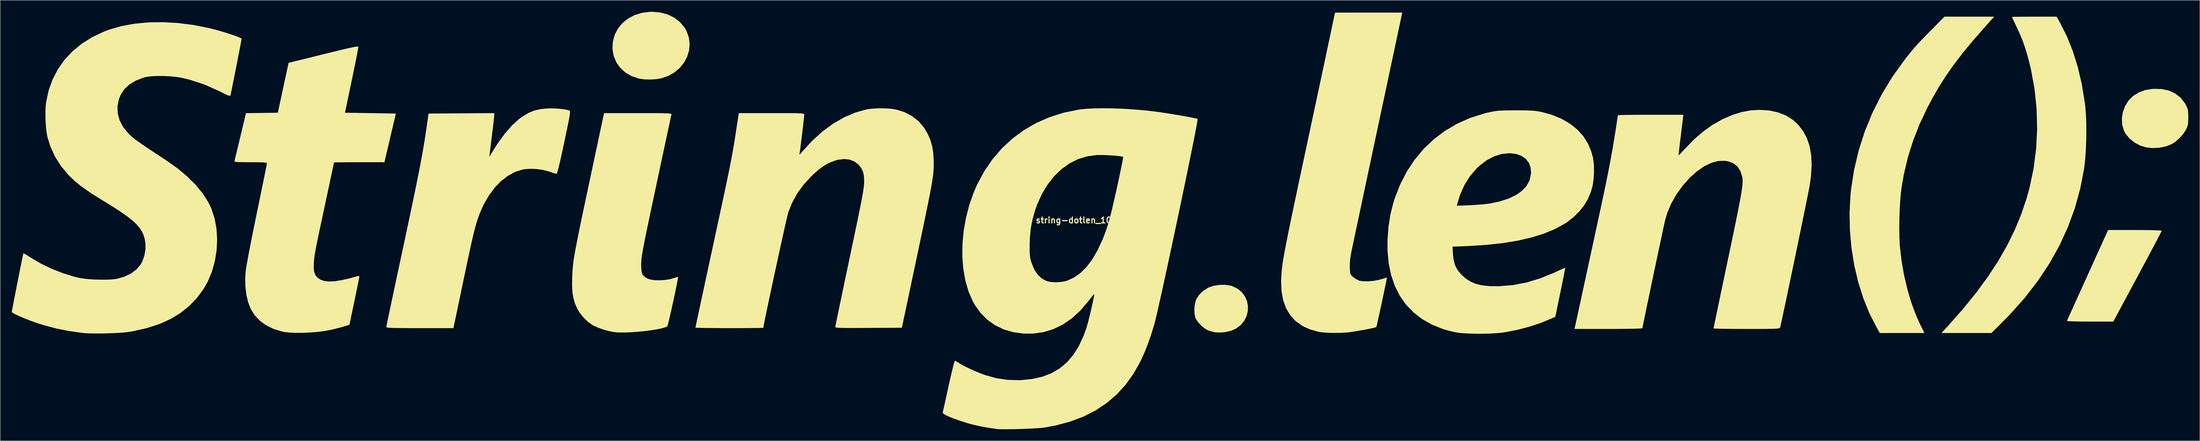
<source format=kicad_pcb>
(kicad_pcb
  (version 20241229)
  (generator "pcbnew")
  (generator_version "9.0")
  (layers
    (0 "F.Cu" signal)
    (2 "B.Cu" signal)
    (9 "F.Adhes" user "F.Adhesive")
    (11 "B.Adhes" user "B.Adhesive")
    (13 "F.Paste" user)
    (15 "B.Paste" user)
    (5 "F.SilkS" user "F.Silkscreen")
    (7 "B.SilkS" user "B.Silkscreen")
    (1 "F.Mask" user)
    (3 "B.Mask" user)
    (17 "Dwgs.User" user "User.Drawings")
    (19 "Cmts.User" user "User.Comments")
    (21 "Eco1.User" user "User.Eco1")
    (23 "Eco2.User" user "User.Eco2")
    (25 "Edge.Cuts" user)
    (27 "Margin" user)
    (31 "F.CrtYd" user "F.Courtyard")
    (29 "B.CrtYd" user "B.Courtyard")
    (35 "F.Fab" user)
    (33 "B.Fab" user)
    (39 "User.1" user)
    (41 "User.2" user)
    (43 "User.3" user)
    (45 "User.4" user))
  (footprint "string-dotlen_108.2mm_high"
    (layer "F.Cu")
    (at 281.731 53.98)
    (property "Reference" "string-dotlen_108.2mm_high" (at 0 0 0) (layer "F.SilkS") (effects (font (size 1.524 1.524) (thickness 0.3))))
    (attr through_hole)
    (fp_poly (pts (xy -113.899 -53.798) (xy -111.976 -53.284) (xy -110.262 -52.452) (xy -108.798 -51.326) (xy -107.621 -49.927) (xy -107.085 -48.996) (xy -106.484 -47.329) (xy -106.274 -45.63) (xy -106.43 -43.946) (xy -106.926 -42.322) (xy -107.739 -40.806) (xy -108.843 -39.443) (xy -110.212 -38.28) (xy -111.823 -37.364) (xy -113.649 -36.741) (xy -113.685 -36.733) (xy -114.993 -36.523) (xy -116.487 -36.441) (xy -117.982 -36.485) (xy -119.295 -36.658) (xy -119.521 -36.708) (xy -121.356 -37.346) (xy -122.944 -38.289) (xy -124.255 -39.496) (xy -125.261 -40.926) (xy -125.934 -42.538) (xy -126.245 -44.292) (xy -126.167 -46.148) (xy -126.159 -46.198) (xy -125.675 -48.009) (xy -124.835 -49.633) (xy -123.676 -51.041) (xy -122.234 -52.206) (xy -120.545 -53.1) (xy -118.645 -53.694) (xy -116.571 -53.962) (xy -115.993 -53.975) (xy -113.899 -53.798)) (stroke (width 0.01) (type solid)) (fill yes) (layer "F.SilkS"))
    (fp_poly (pts (xy 33.57 16.898) (xy 34.041 17.027) (xy 35.469 17.692) (xy 36.601 18.603) (xy 37.437 19.705) (xy 37.979 20.942) (xy 38.228 22.258) (xy 38.183 23.598) (xy 37.847 24.907) (xy 37.22 26.128) (xy 36.302 27.206) (xy 35.094 28.086) (xy 33.867 28.629) (xy 32.558 28.944) (xy 31.147 29.086) (xy 29.847 29.035) (xy 29.633 29.003) (xy 28.828 28.816) (xy 28.039 28.565) (xy 27.892 28.507) (xy 27.052 28.022) (xy 26.177 27.301) (xy 25.389 26.464) (xy 24.808 25.631) (xy 24.645 25.288) (xy 24.422 24.315) (xy 24.364 23.131) (xy 24.464 21.911) (xy 24.712 20.831) (xy 24.873 20.433) (xy 25.621 19.307) (xy 26.678 18.291) (xy 27.928 17.492) (xy 28.12 17.399) (xy 29.348 16.993) (xy 30.775 16.768) (xy 32.238 16.732) (xy 33.57 16.898)) (stroke (width 0.01) (type solid)) (fill yes) (layer "F.SilkS"))
    (fp_poly (pts (xy 269.737 2.546) (xy 271.394 2.563) (xy 272.753 2.591) (xy 273.782 2.629) (xy 274.453 2.675) (xy 274.736 2.73) (xy 274.743 2.741) (xy 274.646 2.958) (xy 274.364 3.515) (xy 273.915 4.381) (xy 273.317 5.522) (xy 272.585 6.906) (xy 271.738 8.502) (xy 270.792 10.277) (xy 269.764 12.198) (xy 268.672 14.234) (xy 268.478 14.594) (xy 262.213 26.247) (xy 256.184 26.247) (xy 254.64 26.241) (xy 253.247 26.224) (xy 252.057 26.197) (xy 251.123 26.163) (xy 250.497 26.122) (xy 250.231 26.077) (xy 250.225 26.067) (xy 250.323 25.847) (xy 250.58 25.276) (xy 250.982 24.386) (xy 251.512 23.213) (xy 252.156 21.789) (xy 252.898 20.149) (xy 253.723 18.327) (xy 254.615 16.355) (xy 255.56 14.27) (xy 255.585 14.214) (xy 260.875 2.54) (xy 267.809 2.54) (xy 269.737 2.546)) (stroke (width 0.01) (type solid)) (fill yes) (layer "F.SilkS"))
    (fp_poly (pts (xy 274.793 -33.962) (xy 276.639 -33.554) (xy 278.256 -32.806) (xy 279.627 -31.724) (xy 280.735 -30.317) (xy 281.039 -29.785) (xy 281.32 -29.203) (xy 281.494 -28.671) (xy 281.585 -28.053) (xy 281.618 -27.216) (xy 281.621 -26.67) (xy 281.607 -25.66) (xy 281.545 -24.931) (xy 281.409 -24.344) (xy 281.175 -23.756) (xy 281.039 -23.472) (xy 280.372 -22.418) (xy 279.441 -21.35) (xy 278.38 -20.401) (xy 277.323 -19.705) (xy 277.298 -19.693) (xy 275.808 -19.121) (xy 274.107 -18.779) (xy 272.352 -18.687) (xy 270.772 -18.851) (xy 269.172 -19.344) (xy 267.692 -20.137) (xy 266.412 -21.169) (xy 265.417 -22.379) (xy 264.991 -23.165) (xy 264.534 -24.699) (xy 264.44 -26.323) (xy 264.688 -27.956) (xy 265.255 -29.515) (xy 266.117 -30.917) (xy 267.252 -32.081) (xy 267.495 -32.267) (xy 268.916 -33.128) (xy 270.44 -33.686) (xy 272.181 -33.979) (xy 272.733 -34.019) (xy 274.793 -33.962)) (stroke (width 0.01) (type solid)) (fill yes) (layer "F.SilkS"))
    (fp_poly (pts (xy 228.602 -49.614) (xy 225.768 -46.368) (xy 223.244 -43.302) (xy 220.988 -40.356) (xy 218.96 -37.472) (xy 217.116 -34.593) (xy 215.418 -31.659) (xy 214.122 -29.21) (xy 212.079 -24.876) (xy 210.4 -20.605) (xy 209.052 -16.301) (xy 208.007 -11.873) (xy 207.427 -8.572) (xy 207.215 -6.857) (xy 207.045 -4.829) (xy 206.92 -2.597) (xy 206.844 -0.271) (xy 206.819 2.042) (xy 206.848 4.232) (xy 206.934 6.19) (xy 206.995 6.995) (xy 207.432 10.67) (xy 208.084 14.344) (xy 208.929 17.933) (xy 209.945 21.353) (xy 211.11 24.519) (xy 212.194 26.934) (xy 213.318 29.21) (xy 201.794 29.21) (xy 200.918 27.675) (xy 199.068 24.044) (xy 197.488 20.13) (xy 196.186 15.983) (xy 195.172 11.655) (xy 194.456 7.197) (xy 194.048 2.66) (xy 193.956 -1.905) (xy 194.19 -6.447) (xy 194.322 -7.765) (xy 195.109 -12.945) (xy 196.307 -18.034) (xy 197.907 -23.016) (xy 199.901 -27.872) (xy 202.284 -32.585) (xy 205.047 -37.136) (xy 208.182 -41.509) (xy 208.578 -42.015) (xy 209.363 -43.002) (xy 210.045 -43.842) (xy 210.682 -44.598) (xy 211.331 -45.334) (xy 212.05 -46.113) (xy 212.896 -46.999) (xy 213.926 -48.056) (xy 215.198 -49.346) (xy 215.223 -49.371) (xy 218.518 -52.705) (xy 224.943 -52.705) (xy 231.369 -52.705) (xy 228.602 -49.614)) (stroke (width 0.01) (type solid)) (fill yes) (layer "F.SilkS"))
    (fp_poly (pts (xy 241.776 -52.704) (xy 247.544 -52.702) (xy 248.526 -50.957) (xy 250.254 -47.513) (xy 251.755 -43.741) (xy 253.019 -39.674) (xy 254.035 -35.35) (xy 254.792 -30.802) (xy 254.964 -29.422) (xy 255.125 -27.542) (xy 255.217 -25.359) (xy 255.243 -22.986) (xy 255.205 -20.535) (xy 255.105 -18.122) (xy 254.945 -15.859) (xy 254.728 -13.859) (xy 254.653 -13.334) (xy 253.655 -8.161) (xy 252.261 -3.124) (xy 250.469 1.778) (xy 248.277 6.549) (xy 245.686 11.191) (xy 242.692 15.707) (xy 239.295 20.1) (xy 235.493 24.371) (xy 233.498 26.405) (xy 230.661 29.21) (xy 217.759 29.21) (xy 219.528 27.28) (xy 223.308 22.998) (xy 226.7 18.817) (xy 229.719 14.709) (xy 232.383 10.647) (xy 234.705 6.606) (xy 236.703 2.557) (xy 238.391 -1.526) (xy 239.787 -5.669) (xy 240.548 -8.422) (xy 241.596 -13.405) (xy 242.25 -18.495) (xy 242.509 -23.647) (xy 242.374 -28.816) (xy 241.845 -33.956) (xy 240.921 -39.02) (xy 240.462 -40.935) (xy 239.876 -43.103) (xy 239.29 -44.993) (xy 238.653 -46.749) (xy 237.914 -48.513) (xy 237.162 -50.138) (xy 236.725 -51.055) (xy 236.365 -51.824) (xy 236.114 -52.37) (xy 236.01 -52.619) (xy 236.008 -52.625) (xy 236.211 -52.646) (xy 236.783 -52.665) (xy 237.669 -52.681) (xy 238.816 -52.693) (xy 240.169 -52.701) (xy 241.674 -52.704) (xy 241.776 -52.704)) (stroke (width 0.01) (type solid)) (fill yes) (layer "F.SilkS"))
    (fp_poly (pts (xy -117.498 -27.727) (xy -115.726 -27.724) (xy -114.303 -27.716) (xy -113.191 -27.702) (xy -112.354 -27.68) (xy -111.754 -27.65) (xy -111.355 -27.608) (xy -111.118 -27.554) (xy -111.007 -27.487) (xy -110.984 -27.403) (xy -110.994 -27.358) (xy -111.053 -27.1) (xy -111.194 -26.458) (xy -111.41 -25.462) (xy -111.694 -24.145) (xy -112.04 -22.535) (xy -112.441 -20.663) (xy -112.892 -18.559) (xy -113.384 -16.255) (xy -113.912 -13.781) (xy -114.47 -11.167) (xy -114.955 -8.89) (xy -115.634 -5.696) (xy -116.229 -2.887) (xy -116.746 -0.435) (xy -117.19 1.689) (xy -117.567 3.514) (xy -117.882 5.068) (xy -118.14 6.38) (xy -118.347 7.479) (xy -118.509 8.392) (xy -118.63 9.15) (xy -118.718 9.779) (xy -118.776 10.31) (xy -118.81 10.77) (xy -118.826 11.188) (xy -118.829 11.36) (xy -118.807 12.582) (xy -118.685 13.473) (xy -118.425 14.121) (xy -117.988 14.612) (xy -117.333 15.035) (xy -117.144 15.134) (xy -116.361 15.384) (xy -115.289 15.525) (xy -114.048 15.56) (xy -112.759 15.49) (xy -111.54 15.314) (xy -110.601 15.068) (xy -109.938 14.851) (xy -109.458 14.715) (xy -109.275 14.691) (xy -109.29 14.918) (xy -109.386 15.496) (xy -109.552 16.363) (xy -109.772 17.458) (xy -110.034 18.719) (xy -110.325 20.084) (xy -110.631 21.493) (xy -110.939 22.883) (xy -111.234 24.193) (xy -111.505 25.361) (xy -111.737 26.326) (xy -111.917 27.026) (xy -112.031 27.4) (xy -112.053 27.442) (xy -112.491 27.689) (xy -113.286 27.937) (xy -114.373 28.179) (xy -115.685 28.406) (xy -117.158 28.613) (xy -118.726 28.791) (xy -120.322 28.932) (xy -121.882 29.03) (xy -123.338 29.077) (xy -124.626 29.065) (xy -125.675 28.988) (xy -127.097 28.728) (xy -128.622 28.31) (xy -130.08 27.787) (xy -131.304 27.214) (xy -131.422 27.147) (xy -132.581 26.316) (xy -133.722 25.214) (xy -134.719 23.979) (xy -135.394 22.856) (xy -135.969 21.503) (xy -136.368 20.127) (xy -136.607 18.63) (xy -136.701 16.913) (xy -136.675 15.052) (xy -136.647 14.339) (xy -136.617 13.676) (xy -136.581 13.037) (xy -136.533 12.399) (xy -136.47 11.736) (xy -136.387 11.024) (xy -136.278 10.238) (xy -136.14 9.353) (xy -135.968 8.344) (xy -135.757 7.188) (xy -135.503 5.859) (xy -135.202 4.333) (xy -134.847 2.585) (xy -134.436 0.59) (xy -133.963 -1.676) (xy -133.424 -4.238) (xy -132.814 -7.121) (xy -132.128 -10.35) (xy -131.363 -13.948) (xy -130.705 -17.039) (xy -130.286 -19.006) (xy -129.891 -20.861) (xy -129.53 -22.559) (xy -129.211 -24.057) (xy -128.944 -25.311) (xy -128.738 -26.276) (xy -128.604 -26.907) (xy -128.553 -27.146) (xy -128.429 -27.728) (xy -119.657 -27.728) (xy -117.498 -27.727)) (stroke (width 0.01) (type solid)) (fill yes) (layer "F.SilkS"))
    (fp_poly (pts (xy -140.603 -28.908) (xy -139.347 -28.794) (xy -138.258 -28.629) (xy -137.454 -28.426) (xy -137.368 -28.394) (xy -137.288 -28.323) (xy -137.245 -28.159) (xy -137.245 -27.866) (xy -137.295 -27.405) (xy -137.4 -26.739) (xy -137.568 -25.831) (xy -137.804 -24.642) (xy -138.114 -23.136) (xy -138.505 -21.274) (xy -138.752 -20.108) (xy -139.216 -17.942) (xy -139.605 -16.162) (xy -139.928 -14.74) (xy -140.191 -13.648) (xy -140.402 -12.858) (xy -140.567 -12.34) (xy -140.695 -12.067) (xy -140.779 -12.005) (xy -141.11 -12.094) (xy -141.72 -12.29) (xy -142.489 -12.554) (xy -142.663 -12.616) (xy -144.137 -13.012) (xy -145.807 -13.252) (xy -147.501 -13.323) (xy -149.049 -13.211) (xy -149.493 -13.134) (xy -151.436 -12.519) (xy -153.311 -11.511) (xy -155.089 -10.139) (xy -156.743 -8.43) (xy -158.245 -6.412) (xy -159.566 -4.115) (xy -160.507 -2.011) (xy -160.792 -1.273) (xy -161.057 -0.54) (xy -161.312 0.226) (xy -161.565 1.061) (xy -161.827 2.004) (xy -162.105 3.091) (xy -162.411 4.362) (xy -162.752 5.852) (xy -163.137 7.599) (xy -163.578 9.642) (xy -164.081 12.018) (xy -164.657 14.763) (xy -164.779 15.346) (xy -165.233 17.517) (xy -165.663 19.573) (xy -166.062 21.476) (xy -166.421 23.185) (xy -166.731 24.663) (xy -166.985 25.869) (xy -167.174 26.765) (xy -167.291 27.312) (xy -167.324 27.464) (xy -167.436 27.94) (xy -176.111 27.94) (xy -178.304 27.938) (xy -180.108 27.931) (xy -181.559 27.918) (xy -182.691 27.898) (xy -183.539 27.87) (xy -184.137 27.832) (xy -184.521 27.784) (xy -184.726 27.723) (xy -184.785 27.651) (xy -184.742 27.406) (xy -184.615 26.777) (xy -184.413 25.793) (xy -184.14 24.485) (xy -183.803 22.881) (xy -183.408 21.013) (xy -182.963 18.909) (xy -182.472 16.6) (xy -181.942 14.114) (xy -181.38 11.482) (xy -180.791 8.734) (xy -180.774 8.654) (xy -179.921 4.669) (xy -179.155 1.067) (xy -178.468 -2.183) (xy -177.854 -5.112) (xy -177.308 -7.75) (xy -176.824 -10.128) (xy -176.396 -12.277) (xy -176.017 -14.227) (xy -175.682 -16.009) (xy -175.384 -17.653) (xy -175.117 -19.191) (xy -174.877 -20.652) (xy -174.655 -22.068) (xy -174.447 -23.47) (xy -174.428 -23.601) (xy -173.848 -27.622) (xy -156.845 -27.733) (xy -156.847 -27.254) (xy -156.873 -26.901) (xy -156.945 -26.202) (xy -157.054 -25.23) (xy -157.192 -24.059) (xy -157.351 -22.762) (xy -157.365 -22.648) (xy -157.534 -21.294) (xy -157.694 -20.011) (xy -157.833 -18.887) (xy -157.942 -18.009) (xy -158.009 -17.463) (xy -158.009 -17.462) (xy -158.137 -16.404) (xy -157.65 -17.221) (xy -155.868 -20.022) (xy -154.1 -22.431) (xy -152.355 -24.439) (xy -150.638 -26.039) (xy -149.545 -26.853) (xy -148.016 -27.763) (xy -146.534 -28.382) (xy -144.951 -28.759) (xy -143.133 -28.942) (xy -141.905 -28.961) (xy -140.603 -28.908)) (stroke (width 0.01) (type solid)) (fill yes) (layer "F.SilkS"))
    (fp_poly (pts (xy 78.04 -53.181) (xy 77.983 -52.908) (xy 77.842 -52.244) (xy 77.624 -51.215) (xy 77.333 -49.845) (xy 76.974 -48.158) (xy 76.554 -46.179) (xy 76.076 -43.931) (xy 75.546 -41.439) (xy 74.969 -38.727) (xy 74.35 -35.819) (xy 73.695 -32.741) (xy 73.009 -29.516) (xy 72.296 -26.167) (xy 71.863 -24.13) (xy 71.126 -20.669) (xy 70.406 -17.284) (xy 69.708 -14.002) (xy 69.037 -10.849) (xy 68.4 -7.854) (xy 67.803 -5.043) (xy 67.251 -2.444) (xy 66.749 -0.083) (xy 66.304 2.012) (xy 65.922 3.814) (xy 65.608 5.296) (xy 65.368 6.431) (xy 65.208 7.191) (xy 65.162 7.408) (xy 64.874 8.878) (xy 64.69 10.055) (xy 64.598 11.051) (xy 64.584 11.98) (xy 64.593 12.24) (xy 64.636 13.112) (xy 64.708 13.68) (xy 64.85 14.067) (xy 65.102 14.391) (xy 65.441 14.714) (xy 66.12 15.209) (xy 66.889 15.594) (xy 67.134 15.675) (xy 68.084 15.817) (xy 69.292 15.828) (xy 70.618 15.719) (xy 71.921 15.5) (xy 72.804 15.268) (xy 73.493 15.056) (xy 73.994 14.917) (xy 74.202 14.878) (xy 74.202 14.878) (xy 74.171 15.092) (xy 74.062 15.658) (xy 73.888 16.516) (xy 73.663 17.602) (xy 73.399 18.858) (xy 73.11 20.22) (xy 72.808 21.628) (xy 72.508 23.021) (xy 72.221 24.338) (xy 71.962 25.517) (xy 71.743 26.496) (xy 71.578 27.215) (xy 71.479 27.613) (xy 71.458 27.672) (xy 71.207 27.761) (xy 70.62 27.902) (xy 69.783 28.08) (xy 68.777 28.279) (xy 67.686 28.483) (xy 66.592 28.676) (xy 65.58 28.843) (xy 64.733 28.967) (xy 64.564 28.989) (xy 63.176 29.113) (xy 61.622 29.175) (xy 60.027 29.176) (xy 58.515 29.118) (xy 57.213 29.003) (xy 56.515 28.893) (xy 54.224 28.251) (xy 52.233 27.312) (xy 50.545 26.082) (xy 49.166 24.567) (xy 48.1 22.775) (xy 47.352 20.711) (xy 46.925 18.382) (xy 46.825 15.795) (xy 46.851 15.134) (xy 46.881 14.566) (xy 46.913 14.024) (xy 46.951 13.488) (xy 46.999 12.94) (xy 47.06 12.361) (xy 47.137 11.731) (xy 47.235 11.033) (xy 47.357 10.247) (xy 47.508 9.355) (xy 47.689 8.337) (xy 47.907 7.176) (xy 48.163 5.851) (xy 48.463 4.344) (xy 48.808 2.637) (xy 49.204 0.71) (xy 49.655 -1.456) (xy 50.162 -3.879) (xy 50.731 -6.577) (xy 51.366 -9.571) (xy 52.069 -12.878) (xy 52.844 -16.518) (xy 53.696 -20.51) (xy 54.628 -24.871) (xy 55.643 -29.622) (xy 55.985 -31.221) (xy 56.496 -33.612) (xy 57.009 -36.018) (xy 57.513 -38.382) (xy 57.995 -40.647) (xy 58.443 -42.756) (xy 58.846 -44.654) (xy 59.191 -46.282) (xy 59.466 -47.585) (xy 59.585 -48.154) (xy 59.874 -49.529) (xy 60.14 -50.786) (xy 60.368 -51.858) (xy 60.544 -52.679) (xy 60.654 -53.183) (xy 60.678 -53.287) (xy 60.794 -53.763) (xy 78.158 -53.763) (xy 78.04 -53.181)) (stroke (width 0.01) (type solid)) (fill yes) (layer "F.SilkS"))
    (fp_poly (pts (xy 109.278 -28.444) (xy 110.581 -28.423) (xy 111.623 -28.38) (xy 112.486 -28.312) (xy 113.25 -28.212) (xy 113.997 -28.075) (xy 114.301 -28.011) (xy 116.99 -27.259) (xy 119.436 -26.239) (xy 121.611 -24.972) (xy 123.485 -23.477) (xy 125.031 -21.774) (xy 126.218 -19.883) (xy 126.329 -19.657) (xy 127.071 -17.882) (xy 127.546 -16.163) (xy 127.779 -14.36) (xy 127.799 -12.331) (xy 127.79 -12.099) (xy 127.665 -10.368) (xy 127.433 -8.897) (xy 127.055 -7.53) (xy 126.493 -6.109) (xy 126.123 -5.315) (xy 125.22 -3.803) (xy 123.994 -2.278) (xy 122.532 -0.831) (xy 120.921 0.445) (xy 120.163 0.944) (xy 117.644 2.304) (xy 114.791 3.48) (xy 111.595 4.475) (xy 108.047 5.291) (xy 104.138 5.929) (xy 99.861 6.393) (xy 95.205 6.683) (xy 94.851 6.697) (xy 91.18 6.841) (xy 91.279 8.659) (xy 91.469 10.338) (xy 91.865 11.729) (xy 92.51 12.938) (xy 93.446 14.068) (xy 93.525 14.149) (xy 94.684 15.17) (xy 95.927 15.954) (xy 97.317 16.521) (xy 98.913 16.889) (xy 100.777 17.076) (xy 102.971 17.1) (xy 103.293 17.092) (xy 106.808 16.805) (xy 110.309 16.138) (xy 113.833 15.083) (xy 117.418 13.63) (xy 118.09 13.317) (xy 118.962 12.91) (xy 119.681 12.587) (xy 120.169 12.382) (xy 120.349 12.328) (xy 120.322 12.542) (xy 120.218 13.119) (xy 120.047 14.008) (xy 119.819 15.159) (xy 119.544 16.52) (xy 119.232 18.042) (xy 119.098 18.686) (xy 117.791 24.987) (xy 116.67 25.506) (xy 114.048 26.588) (xy 111.147 27.55) (xy 108.105 28.352) (xy 105.06 28.955) (xy 104.101 29.1) (xy 102.777 29.239) (xy 101.185 29.335) (xy 99.429 29.387) (xy 97.615 29.395) (xy 95.85 29.36) (xy 94.238 29.283) (xy 92.886 29.162) (xy 92.315 29.082) (xy 91.254 28.866) (xy 90.025 28.558) (xy 88.858 28.218) (xy 88.611 28.137) (xy 85.782 26.99) (xy 83.254 25.547) (xy 81.031 23.817) (xy 79.118 21.807) (xy 77.519 19.523) (xy 76.239 16.974) (xy 75.283 14.168) (xy 74.656 11.11) (xy 74.361 7.81) (xy 74.364 5.08) (xy 74.616 1.678) (xy 75.113 -1.485) (xy 75.68 -3.746) (xy 92.31 -3.746) (xy 95.632 -3.877) (xy 96.975 -3.947) (xy 98.357 -4.049) (xy 99.638 -4.169) (xy 100.676 -4.297) (xy 100.913 -4.334) (xy 103.466 -4.877) (xy 105.693 -5.6) (xy 107.578 -6.496) (xy 109.108 -7.555) (xy 110.269 -8.769) (xy 111.048 -10.13) (xy 111.232 -10.654) (xy 111.514 -12.21) (xy 111.413 -13.618) (xy 110.956 -14.847) (xy 110.167 -15.866) (xy 109.07 -16.644) (xy 107.692 -17.151) (xy 106.057 -17.354) (xy 105.839 -17.357) (xy 103.869 -17.148) (xy 101.913 -16.53) (xy 100.006 -15.519) (xy 98.176 -14.129) (xy 97.455 -13.451) (xy 95.719 -11.433) (xy 94.274 -9.142) (xy 93.155 -6.644) (xy 92.618 -4.925) (xy 92.31 -3.746) (xy 75.68 -3.746) (xy 75.877 -4.531) (xy 76.217 -5.609) (xy 77.629 -9.24) (xy 79.36 -12.603) (xy 81.397 -15.684) (xy 83.727 -18.473) (xy 86.338 -20.958) (xy 89.215 -23.127) (xy 92.347 -24.969) (xy 95.721 -26.471) (xy 99.324 -27.623) (xy 100.845 -27.987) (xy 101.635 -28.147) (xy 102.387 -28.265) (xy 103.183 -28.349) (xy 104.108 -28.404) (xy 105.244 -28.435) (xy 106.673 -28.448) (xy 107.632 -28.45) (xy 109.278 -28.444)) (stroke (width 0.01) (type solid)) (fill yes) (layer "F.SilkS"))
    (fp_poly (pts (xy -192.15 -44.956) (xy -192.045 -44.903) (xy -192.038 -44.882) (xy -192.069 -44.609) (xy -192.18 -43.969) (xy -192.361 -43.006) (xy -192.603 -41.767) (xy -192.897 -40.297) (xy -193.234 -38.643) (xy -193.606 -36.85) (xy -193.743 -36.195) (xy -195.498 -27.834) (xy -188.91 -27.728) (xy -182.323 -27.622) (xy -183.802 -21.325) (xy -185.282 -15.028) (xy -191.807 -15.028) (xy -193.42 -15.026) (xy -194.888 -15.019) (xy -196.161 -15.009) (xy -197.185 -14.995) (xy -197.912 -14.979) (xy -198.289 -14.961) (xy -198.332 -14.953) (xy -198.375 -14.737) (xy -198.498 -14.148) (xy -198.693 -13.226) (xy -198.951 -12.011) (xy -199.264 -10.544) (xy -199.622 -8.865) (xy -200.018 -7.014) (xy -200.443 -5.033) (xy -200.46 -4.952) (xy -201.046 -2.216) (xy -201.549 0.14) (xy -201.977 2.152) (xy -202.335 3.853) (xy -202.631 5.28) (xy -202.87 6.466) (xy -203.061 7.446) (xy -203.209 8.254) (xy -203.322 8.926) (xy -203.405 9.496) (xy -203.466 9.998) (xy -203.512 10.468) (xy -203.549 10.939) (xy -203.554 11.022) (xy -203.59 12.355) (xy -203.472 13.371) (xy -203.18 14.152) (xy -202.692 14.783) (xy -202.613 14.859) (xy -201.823 15.401) (xy -200.824 15.74) (xy -199.588 15.873) (xy -198.089 15.799) (xy -196.298 15.519) (xy -194.19 15.03) (xy -192.246 14.485) (xy -191.861 14.456) (xy -191.77 14.585) (xy -191.812 14.847) (xy -191.931 15.468) (xy -192.115 16.396) (xy -192.355 17.577) (xy -192.638 18.955) (xy -192.955 20.477) (xy -193.04 20.884) (xy -193.362 22.424) (xy -193.655 23.825) (xy -193.906 25.034) (xy -194.106 25.998) (xy -194.243 26.668) (xy -194.307 26.989) (xy -194.31 27.009) (xy -194.504 27.121) (xy -195.035 27.305) (xy -195.828 27.54) (xy -196.807 27.806) (xy -197.897 28.081) (xy -199.021 28.346) (xy -199.705 28.495) (xy -201.17 28.748) (xy -202.849 28.945) (xy -204.644 29.081) (xy -206.459 29.155) (xy -208.197 29.162) (xy -209.759 29.1) (xy -211.049 28.966) (xy -211.548 28.874) (xy -213.879 28.183) (xy -215.885 27.222) (xy -217.572 25.988) (xy -218.945 24.477) (xy -219.876 22.959) (xy -220.542 21.274) (xy -221.009 19.297) (xy -221.265 17.116) (xy -221.297 14.819) (xy -221.197 13.35) (xy -221.105 12.668) (xy -220.933 11.614) (xy -220.688 10.231) (xy -220.378 8.559) (xy -220.011 6.64) (xy -219.595 4.518) (xy -219.139 2.233) (xy -218.649 -0.172) (xy -218.319 -1.771) (xy -217.851 -4.031) (xy -217.41 -6.171) (xy -217.002 -8.155) (xy -216.636 -9.946) (xy -216.319 -11.508) (xy -216.058 -12.804) (xy -215.862 -13.798) (xy -215.736 -14.452) (xy -215.689 -14.732) (xy -215.688 -14.736) (xy -215.757 -14.838) (xy -215.997 -14.914) (xy -216.455 -14.968) (xy -217.182 -15.003) (xy -218.225 -15.022) (xy -219.634 -15.028) (xy -219.936 -15.028) (xy -221.378 -15.031) (xy -222.45 -15.041) (xy -223.203 -15.063) (xy -223.691 -15.103) (xy -223.965 -15.164) (xy -224.078 -15.252) (xy -224.083 -15.372) (xy -224.076 -15.399) (xy -224.001 -15.694) (xy -223.841 -16.345) (xy -223.61 -17.297) (xy -223.321 -18.495) (xy -222.987 -19.882) (xy -222.623 -21.404) (xy -222.541 -21.744) (xy -221.114 -27.72) (xy -216.99 -27.777) (xy -212.866 -27.834) (xy -211.472 -34.29) (xy -210.079 -40.746) (xy -201.083 -42.977) (xy -198.875 -43.522) (xy -197.044 -43.969) (xy -195.558 -44.323) (xy -194.383 -44.593) (xy -193.488 -44.784) (xy -192.839 -44.903) (xy -192.404 -44.959) (xy -192.15 -44.956)) (stroke (width 0.01) (type solid)) (fill yes) (layer "F.SilkS"))
    (fp_poly (pts (xy -238.726 -51.064) (xy -234.8 -50.569) (xy -230.864 -49.796) (xy -230.102 -49.614) (xy -228.875 -49.294) (xy -227.59 -48.93) (xy -226.31 -48.543) (xy -225.102 -48.154) (xy -224.028 -47.786) (xy -223.154 -47.459) (xy -222.543 -47.195) (xy -222.262 -47.016) (xy -222.25 -46.988) (xy -222.29 -46.742) (xy -222.4 -46.139) (xy -222.571 -45.237) (xy -222.791 -44.096) (xy -223.047 -42.774) (xy -223.329 -41.329) (xy -223.624 -39.819) (xy -223.923 -38.304) (xy -224.212 -36.841) (xy -224.481 -35.489) (xy -224.718 -34.307) (xy -224.911 -33.353) (xy -225.05 -32.685) (xy -225.122 -32.363) (xy -225.125 -32.353) (xy -225.22 -32.243) (xy -225.447 -32.247) (xy -225.86 -32.384) (xy -226.51 -32.674) (xy -227.454 -33.138) (xy -228.03 -33.43) (xy -231.728 -35.088) (xy -235.529 -36.349) (xy -237.596 -36.857) (xy -238.978 -37.093) (xy -240.544 -37.256) (xy -242.193 -37.346) (xy -243.823 -37.362) (xy -245.333 -37.303) (xy -246.622 -37.167) (xy -247.533 -36.971) (xy -249.563 -36.189) (xy -251.226 -35.205) (xy -252.534 -34.01) (xy -253.496 -32.594) (xy -254.02 -31.314) (xy -254.378 -29.493) (xy -254.319 -27.692) (xy -253.85 -25.934) (xy -252.979 -24.241) (xy -251.713 -22.634) (xy -251.037 -21.963) (xy -250.647 -21.614) (xy -250.217 -21.254) (xy -249.71 -20.86) (xy -249.09 -20.404) (xy -248.321 -19.862) (xy -247.365 -19.209) (xy -246.187 -18.418) (xy -244.75 -17.465) (xy -243.017 -16.325) (xy -241.723 -15.476) (xy -238.87 -13.453) (xy -236.34 -11.343) (xy -234.152 -9.167) (xy -232.329 -6.949) (xy -230.892 -4.711) (xy -230.088 -3.051) (xy -229.255 -0.53) (xy -228.754 2.173) (xy -228.581 4.986) (xy -228.727 7.838) (xy -229.186 10.658) (xy -229.951 13.375) (xy -231.016 15.918) (xy -232.048 17.731) (xy -233.801 20.11) (xy -235.795 22.199) (xy -238.051 24.01) (xy -240.586 25.552) (xy -243.42 26.838) (xy -246.572 27.879) (xy -250.06 28.684) (xy -251.248 28.893) (xy -252.313 29.027) (xy -253.698 29.14) (xy -255.299 29.229) (xy -257.015 29.293) (xy -258.743 29.327) (xy -260.382 29.33) (xy -261.829 29.298) (xy -262.982 29.23) (xy -263.207 29.207) (xy -266.831 28.709) (xy -270.2 28.042) (xy -273.459 27.174) (xy -275.639 26.469) (xy -276.821 26.043) (xy -278.009 25.582) (xy -279.137 25.117) (xy -280.138 24.675) (xy -280.947 24.286) (xy -281.498 23.98) (xy -281.724 23.786) (xy -281.726 23.773) (xy -281.686 23.511) (xy -281.575 22.897) (xy -281.403 21.987) (xy -281.183 20.839) (xy -280.925 19.508) (xy -280.64 18.051) (xy -280.34 16.525) (xy -280.036 14.985) (xy -279.739 13.49) (xy -279.46 12.094) (xy -279.21 10.856) (xy -279 9.83) (xy -278.842 9.074) (xy -278.747 8.645) (xy -278.724 8.567) (xy -278.528 8.644) (xy -278.059 8.912) (xy -277.393 9.324) (xy -276.855 9.672) (xy -274.283 11.191) (xy -271.437 12.566) (xy -268.457 13.739) (xy -265.485 14.651) (xy -264.372 14.919) (xy -263.203 15.118) (xy -261.771 15.267) (xy -260.187 15.364) (xy -258.562 15.406) (xy -257.007 15.392) (xy -255.632 15.317) (xy -254.549 15.181) (xy -254.423 15.156) (xy -252.5 14.589) (xy -250.824 13.769) (xy -249.438 12.723) (xy -248.381 11.48) (xy -247.932 10.67) (xy -247.386 9.084) (xy -247.119 7.397) (xy -247.145 5.927) (xy -247.328 4.833) (xy -247.628 3.82) (xy -248.075 2.859) (xy -248.697 1.921) (xy -249.522 0.978) (xy -250.581 0.000366) (xy -251.901 -1.041) (xy -253.511 -2.174) (xy -255.441 -3.429) (xy -257.718 -4.833) (xy -258.126 -5.079) (xy -260.428 -6.504) (xy -262.387 -7.807) (xy -264.053 -9.025) (xy -265.475 -10.194) (xy -266.702 -11.352) (xy -267.106 -11.773) (xy -269.024 -14.082) (xy -270.556 -16.504) (xy -271.734 -19.097) (xy -272.446 -21.341) (xy -272.694 -22.586) (xy -272.878 -24.119) (xy -272.99 -25.81) (xy -273.026 -27.528) (xy -272.98 -29.143) (xy -272.848 -30.504) (xy -272.199 -33.567) (xy -271.178 -36.436) (xy -269.798 -39.097) (xy -268.07 -41.537) (xy -266.007 -43.743) (xy -263.619 -45.701) (xy -260.918 -47.398) (xy -257.917 -48.819) (xy -256.377 -49.399) (xy -253.283 -50.283) (xy -249.919 -50.892) (xy -246.337 -51.225) (xy -242.589 -51.283) (xy -238.726 -51.064)) (stroke (width 0.01) (type solid)) (fill yes) (layer "F.SilkS"))
    (fp_poly (pts (xy 173.173 -28.407) (xy 175.474 -27.908) (xy 177.535 -27.085) (xy 179.336 -25.945) (xy 180.559 -24.829) (xy 181.886 -23.148) (xy 182.904 -21.262) (xy 183.616 -19.154) (xy 184.025 -16.804) (xy 184.135 -14.196) (xy 183.95 -11.309) (xy 183.644 -9.095) (xy 183.546 -8.553) (xy 183.371 -7.65) (xy 183.127 -6.424) (xy 182.823 -4.913) (xy 182.466 -3.154) (xy 182.064 -1.187) (xy 181.625 0.953) (xy 181.156 3.225) (xy 180.667 5.594) (xy 180.164 8.019) (xy 179.656 10.465) (xy 179.15 12.892) (xy 178.654 15.263) (xy 178.177 17.54) (xy 177.725 19.685) (xy 177.308 21.66) (xy 176.932 23.427) (xy 176.607 24.949) (xy 176.338 26.186) (xy 176.136 27.102) (xy 176.006 27.658) (xy 175.974 27.781) (xy 175.924 27.874) (xy 175.807 27.949) (xy 175.584 28.01) (xy 175.216 28.057) (xy 174.666 28.093) (xy 173.894 28.118) (xy 172.861 28.135) (xy 171.53 28.145) (xy 169.861 28.15) (xy 167.816 28.152) (xy 167.308 28.152) (xy 165.451 28.148) (xy 163.733 28.139) (xy 162.198 28.125) (xy 160.891 28.106) (xy 159.856 28.084) (xy 159.138 28.058) (xy 158.781 28.029) (xy 158.75 28.018) (xy 158.793 27.795) (xy 158.916 27.189) (xy 159.113 26.231) (xy 159.379 24.954) (xy 159.705 23.387) (xy 160.086 21.564) (xy 160.515 19.514) (xy 160.985 17.269) (xy 161.491 14.862) (xy 162.025 12.322) (xy 162.229 11.349) (xy 162.947 7.935) (xy 163.58 4.908) (xy 164.133 2.243) (xy 164.612 -0.086) (xy 165.019 -2.106) (xy 165.361 -3.843) (xy 165.642 -5.322) (xy 165.865 -6.57) (xy 166.036 -7.612) (xy 166.159 -8.476) (xy 166.24 -9.187) (xy 166.281 -9.771) (xy 166.289 -10.254) (xy 166.266 -10.663) (xy 166.219 -11.023) (xy 166.177 -11.245) (xy 165.697 -12.73) (xy 164.947 -13.89) (xy 163.926 -14.724) (xy 162.631 -15.236) (xy 161.583 -15.401) (xy 159.876 -15.328) (xy 158.109 -14.842) (xy 156.294 -13.951) (xy 154.441 -12.658) (xy 152.706 -11.113) (xy 150.813 -9.022) (xy 149.156 -6.723) (xy 147.783 -4.299) (xy 146.744 -1.832) (xy 146.289 -0.318) (xy 146.182 0.141) (xy 146.002 0.95) (xy 145.759 2.067) (xy 145.46 3.45) (xy 145.116 5.059) (xy 144.733 6.851) (xy 144.323 8.786) (xy 143.892 10.82) (xy 143.45 12.913) (xy 143.005 15.024) (xy 142.567 17.109) (xy 142.144 19.129) (xy 141.745 21.041) (xy 141.378 22.803) (xy 141.053 24.374) (xy 140.778 25.713) (xy 140.561 26.777) (xy 140.413 27.526) (xy 140.341 27.917) (xy 140.335 27.962) (xy 140.13 28.005) (xy 139.539 28.044) (xy 138.601 28.078) (xy 137.353 28.107) (xy 135.833 28.129) (xy 134.079 28.144) (xy 132.13 28.151) (xy 131.547 28.152) (xy 122.759 28.152) (xy 122.872 27.675) (xy 122.938 27.381) (xy 123.085 26.71) (xy 123.305 25.701) (xy 123.59 24.391) (xy 123.931 22.818) (xy 124.322 21.019) (xy 124.752 19.033) (xy 125.215 16.896) (xy 125.702 14.646) (xy 126.206 12.321) (xy 126.717 9.959) (xy 127.227 7.598) (xy 127.73 5.274) (xy 128.215 3.026) (xy 128.676 0.891) (xy 129.104 -1.093) (xy 129.491 -2.889) (xy 129.829 -4.458) (xy 129.963 -5.08) (xy 130.772 -8.912) (xy 131.481 -12.414) (xy 132.104 -15.661) (xy 132.656 -18.729) (xy 133.15 -21.695) (xy 133.346 -22.942) (xy 133.542 -24.214) (xy 133.714 -25.34) (xy 133.851 -26.253) (xy 133.945 -26.888) (xy 133.984 -27.179) (xy 133.985 -27.189) (xy 134.189 -27.215) (xy 134.772 -27.238) (xy 135.688 -27.259) (xy 136.894 -27.276) (xy 138.344 -27.29) (xy 139.993 -27.3) (xy 141.796 -27.305) (xy 142.459 -27.305) (xy 150.933 -27.305) (xy 150.813 -26.3) (xy 150.749 -25.776) (xy 150.644 -24.917) (xy 150.507 -23.806) (xy 150.349 -22.529) (xy 150.18 -21.168) (xy 150.169 -21.079) (xy 150.013 -19.796) (xy 149.882 -18.664) (xy 149.782 -17.747) (xy 149.72 -17.11) (xy 149.704 -16.817) (xy 149.706 -16.805) (xy 149.863 -16.926) (xy 150.24 -17.302) (xy 150.778 -17.87) (xy 151.271 -18.409) (xy 153.663 -20.871) (xy 156.045 -22.948) (xy 158.463 -24.675) (xy 160.96 -26.087) (xy 161.001 -26.107) (xy 163.57 -27.236) (xy 166.02 -28.01) (xy 168.428 -28.449) (xy 170.651 -28.575) (xy 173.173 -28.407)) (stroke (width 0.01) (type solid)) (fill yes) (layer "F.SilkS"))
    (fp_poly (pts (xy -54.438 -28.889) (xy -53.091 -28.709) (xy -52.853 -28.66) (xy -50.639 -27.974) (xy -48.686 -26.959) (xy -47.004 -25.622) (xy -45.603 -23.972) (xy -44.664 -22.376) (xy -43.994 -20.826) (xy -43.528 -19.267) (xy -43.244 -17.582) (xy -43.115 -15.653) (xy -43.103 -14.817) (xy -43.105 -14.218) (xy -43.117 -13.632) (xy -43.147 -13.031) (xy -43.197 -12.39) (xy -43.273 -11.679) (xy -43.38 -10.874) (xy -43.523 -9.946) (xy -43.707 -8.868) (xy -43.936 -7.613) (xy -44.216 -6.154) (xy -44.551 -4.465) (xy -44.947 -2.517) (xy -45.408 -0.285) (xy -45.939 2.26) (xy -46.545 5.144) (xy -47.231 8.394) (xy -47.806 11.113) (xy -51.347 27.834) (xy -59.964 27.889) (xy -62.157 27.901) (xy -63.961 27.906) (xy -65.41 27.902) (xy -66.539 27.888) (xy -67.382 27.864) (xy -67.973 27.83) (xy -68.347 27.783) (xy -68.537 27.723) (xy -68.58 27.664) (xy -68.537 27.416) (xy -68.413 26.787) (xy -68.215 25.809) (xy -67.95 24.516) (xy -67.624 22.941) (xy -67.244 21.115) (xy -66.818 19.073) (xy -66.351 16.847) (xy -65.851 14.47) (xy -65.325 11.975) (xy -65.317 11.937) (xy -64.612 8.598) (xy -63.99 5.645) (xy -63.446 3.053) (xy -62.975 0.792) (xy -62.571 -1.163) (xy -62.23 -2.841) (xy -61.946 -4.268) (xy -61.713 -5.472) (xy -61.528 -6.48) (xy -61.383 -7.319) (xy -61.276 -8.016) (xy -61.199 -8.6) (xy -61.148 -9.096) (xy -61.118 -9.532) (xy -61.103 -9.936) (xy -61.1 -10.16) (xy -61.165 -11.533) (xy -61.416 -12.628) (xy -61.892 -13.567) (xy -62.496 -14.322) (xy -63.568 -15.184) (xy -64.851 -15.696) (xy -66.311 -15.853) (xy -67.912 -15.648) (xy -68.804 -15.391) (xy -70.174 -14.844) (xy -71.446 -14.149) (xy -72.71 -13.247) (xy -74.056 -12.077) (xy -74.836 -11.324) (xy -76.798 -9.183) (xy -78.398 -6.987) (xy -79.694 -4.644) (xy -80.728 -2.117) (xy -80.829 -1.749) (xy -81.007 -1.016) (xy -81.253 0.042) (xy -81.558 1.384) (xy -81.913 2.968) (xy -82.309 4.753) (xy -82.737 6.698) (xy -83.189 8.762) (xy -83.655 10.904) (xy -84.128 13.083) (xy -84.597 15.258) (xy -85.053 17.388) (xy -85.489 19.431) (xy -85.895 21.347) (xy -86.262 23.094) (xy -86.582 24.631) (xy -86.845 25.917) (xy -87.043 26.912) (xy -87.166 27.573) (xy -87.207 27.856) (xy -87.411 27.874) (xy -87.995 27.891) (xy -88.914 27.906) (xy -90.124 27.918) (xy -91.582 27.929) (xy -93.243 27.936) (xy -95.064 27.94) (xy -95.991 27.94) (xy -97.873 27.937) (xy -99.617 27.928) (xy -101.179 27.914) (xy -102.515 27.896) (xy -103.58 27.874) (xy -104.332 27.849) (xy -104.726 27.822) (xy -104.775 27.808) (xy -104.731 27.586) (xy -104.604 26.98) (xy -104.4 26.017) (xy -104.124 24.727) (xy -103.784 23.139) (xy -103.385 21.28) (xy -102.933 19.181) (xy -102.436 16.869) (xy -101.898 14.374) (xy -101.326 11.724) (xy -100.726 8.949) (xy -100.559 8.176) (xy -99.754 4.45) (xy -99.033 1.109) (xy -98.39 -1.876) (xy -97.819 -4.535) (xy -97.315 -6.898) (xy -96.871 -8.993) (xy -96.483 -10.849) (xy -96.143 -12.496) (xy -95.846 -13.963) (xy -95.586 -15.279) (xy -95.357 -16.474) (xy -95.154 -17.576) (xy -94.971 -18.614) (xy -94.801 -19.619) (xy -94.639 -20.618) (xy -94.479 -21.642) (xy -94.315 -22.719) (xy -94.198 -23.495) (xy -94.031 -24.611) (xy -93.875 -25.633) (xy -93.747 -26.459) (xy -93.664 -26.986) (xy -93.654 -27.04) (xy -93.537 -27.728) (xy -85.08 -27.728) (xy -82.968 -27.728) (xy -81.241 -27.726) (xy -79.859 -27.719) (xy -78.785 -27.707) (xy -77.98 -27.686) (xy -77.404 -27.655) (xy -77.02 -27.612) (xy -76.788 -27.554) (xy -76.671 -27.481) (xy -76.629 -27.389) (xy -76.623 -27.284) (xy -76.649 -26.94) (xy -76.718 -26.253) (xy -76.823 -25.301) (xy -76.954 -24.16) (xy -77.102 -22.908) (xy -77.257 -21.623) (xy -77.41 -20.381) (xy -77.552 -19.259) (xy -77.673 -18.334) (xy -77.765 -17.685) (xy -77.802 -17.462) (xy -77.853 -17.126) (xy -77.805 -17.036) (xy -77.601 -17.218) (xy -77.187 -17.697) (xy -77.118 -17.78) (xy -74.547 -20.576) (xy -71.869 -22.995) (xy -69.095 -25.027) (xy -66.241 -26.665) (xy -63.319 -27.9) (xy -60.473 -28.694) (xy -59.182 -28.882) (xy -57.641 -28.976) (xy -56.007 -28.978) (xy -54.438 -28.889)) (stroke (width 0.01) (type solid)) (fill yes) (layer "F.SilkS"))
    (fp_poly (pts (xy 3.403 -28.958) (xy 6.062 -28.852) (xy 8.776 -28.681) (xy 11.474 -28.447) (xy 14.083 -28.153) (xy 14.922 -28.041) (xy 16.1 -27.871) (xy 17.421 -27.667) (xy 18.818 -27.441) (xy 20.226 -27.205) (xy 21.578 -26.969) (xy 22.808 -26.747) (xy 23.851 -26.55) (xy 24.64 -26.388) (xy 25.108 -26.274) (xy 25.201 -26.239) (xy 25.191 -26.016) (xy 25.098 -25.409) (xy 24.928 -24.448) (xy 24.686 -23.162) (xy 24.379 -21.583) (xy 24.013 -19.739) (xy 23.595 -17.66) (xy 23.13 -15.377) (xy 22.626 -12.919) (xy 22.089 -10.315) (xy 21.524 -7.597) (xy 20.938 -4.792) (xy 20.337 -1.933) (xy 19.728 0.953) (xy 19.117 3.835) (xy 18.51 6.682) (xy 17.914 9.466) (xy 17.334 12.157) (xy 16.777 14.724) (xy 16.25 17.138) (xy 15.758 19.368) (xy 15.308 21.386) (xy 14.907 23.162) (xy 14.56 24.664) (xy 14.273 25.865) (xy 14.054 26.733) (xy 13.973 27.026) (xy 13.183 29.588) (xy 12.312 32.074) (xy 11.403 34.374) (xy 10.495 36.378) (xy 10.376 36.618) (xy 8.575 39.792) (xy 6.525 42.638) (xy 4.217 45.161) (xy 1.642 47.367) (xy -1.208 49.262) (xy -4.34 50.851) (xy -7.764 52.14) (xy -11.487 53.136) (xy -14.287 53.663) (xy -15.057 53.754) (xy -16.14 53.842) (xy -17.458 53.922) (xy -18.932 53.993) (xy -20.482 54.053) (xy -22.03 54.098) (xy -23.497 54.125) (xy -24.803 54.134) (xy -25.87 54.12) (xy -26.619 54.082) (xy -26.776 54.064) (xy -29.094 53.716) (xy -31.102 53.35) (xy -32.914 52.941) (xy -34.643 52.463) (xy -36.404 51.89) (xy -36.543 51.842) (xy -38.124 51.269) (xy -39.317 50.789) (xy -40.141 50.393) (xy -40.618 50.07) (xy -40.769 49.809) (xy -40.762 49.764) (xy -40.694 49.479) (xy -40.547 48.834) (xy -40.334 47.881) (xy -40.067 46.672) (xy -39.756 45.262) (xy -39.413 43.702) (xy -39.241 42.915) (xy -38.887 41.321) (xy -38.552 39.868) (xy -38.25 38.606) (xy -37.992 37.585) (xy -37.791 36.853) (xy -37.659 36.46) (xy -37.622 36.407) (xy -37.329 36.52) (xy -36.879 36.795) (xy -36.833 36.828) (xy -36.08 37.296) (xy -35.032 37.856) (xy -33.791 38.46) (xy -32.461 39.06) (xy -31.146 39.608) (xy -29.948 40.055) (xy -29.787 40.11) (xy -26.905 40.907) (xy -24.064 41.341) (xy -21.124 41.43) (xy -20.532 41.41) (xy -17.619 41.123) (xy -14.987 40.532) (xy -12.622 39.626) (xy -10.51 38.395) (xy -8.638 36.828) (xy -6.994 34.915) (xy -5.563 32.645) (xy -4.332 30.009) (xy -3.678 28.227) (xy -3.452 27.493) (xy -3.186 26.529) (xy -2.896 25.408) (xy -2.598 24.199) (xy -2.309 22.975) (xy -2.045 21.805) (xy -1.823 20.762) (xy -1.659 19.917) (xy -1.569 19.34) (xy -1.57 19.103) (xy -1.712 19.238) (xy -2.057 19.647) (xy -2.553 20.269) (xy -3.147 21.039) (xy -3.149 21.042) (xy -5.185 23.425) (xy -7.357 25.411) (xy -9.662 26.998) (xy -12.098 28.185) (xy -14.66 28.97) (xy -17.347 29.351) (xy -19.879 29.347) (xy -22.551 28.982) (xy -25.01 28.256) (xy -27.244 27.178) (xy -29.241 25.755) (xy -30.986 23.997) (xy -32.469 21.911) (xy -33.002 20.955) (xy -34.1 18.407) (xy -34.913 15.599) (xy -35.442 12.58) (xy -35.688 9.4) (xy -35.657 6.456) (xy -18.276 6.456) (xy -18.274 7.752) (xy -18.239 8.734) (xy -18.162 9.512) (xy -18.031 10.197) (xy -17.836 10.896) (xy -17.835 10.901) (xy -17.121 12.679) (xy -16.2 14.091) (xy -15.072 15.135) (xy -13.812 15.785) (xy -12.83 16.002) (xy -11.612 16.077) (xy -10.318 16.014) (xy -9.111 15.817) (xy -8.57 15.662) (xy -6.756 14.832) (xy -5.062 13.627) (xy -3.481 12.039) (xy -2.008 10.062) (xy -0.635 7.685) (xy 0.645 4.903) (xy 0.725 4.707) (xy 1.199 3.472) (xy 1.695 2.061) (xy 2.134 0.699) (xy 2.309 0.106) (xy 2.544 -0.772) (xy 2.828 -1.906) (xy 3.15 -3.244) (xy 3.497 -4.734) (xy 3.86 -6.323) (xy 4.226 -7.958) (xy 4.583 -9.588) (xy 4.921 -11.158) (xy 5.228 -12.618) (xy 5.492 -13.913) (xy 5.702 -14.992) (xy 5.847 -15.803) (xy 5.915 -16.292) (xy 5.909 -16.415) (xy 5.554 -16.515) (xy 4.865 -16.614) (xy 3.935 -16.707) (xy 2.853 -16.787) (xy 1.709 -16.849) (xy 0.595 -16.885) (xy -0.399 -16.891) (xy -0.953 -16.875) (xy -3.407 -16.544) (xy -5.748 -15.819) (xy -7.955 -14.715) (xy -10.009 -13.252) (xy -11.889 -11.445) (xy -13.578 -9.313) (xy -15.054 -6.874) (xy -16.299 -4.144) (xy -16.812 -2.725) (xy -17.511 -0.319) (xy -17.971 2.038) (xy -18.217 4.507) (xy -18.276 6.456) (xy -35.657 6.456) (xy -35.654 6.108) (xy -35.341 2.755) (xy -34.752 -0.611) (xy -33.889 -3.939) (xy -32.752 -7.179) (xy -31.826 -9.307) (xy -29.993 -12.707) (xy -27.854 -15.821) (xy -25.425 -18.635) (xy -22.722 -21.14) (xy -19.759 -23.325) (xy -16.553 -25.176) (xy -13.119 -26.684) (xy -9.472 -27.838) (xy -5.628 -28.625) (xy -5.233 -28.683) (xy -3.518 -28.861) (xy -1.459 -28.965) (xy 0.872 -28.996) (xy 3.403 -28.958)) (stroke (width 0.01) (type solid)) (fill yes) (layer "F.SilkS")))
  (gr_rect
    (start -3 -3)
    (end 566.358 111.119)
    (stroke (width 0.1) (type default))
    (fill no)
    (layer "Edge.Cuts")))
</source>
